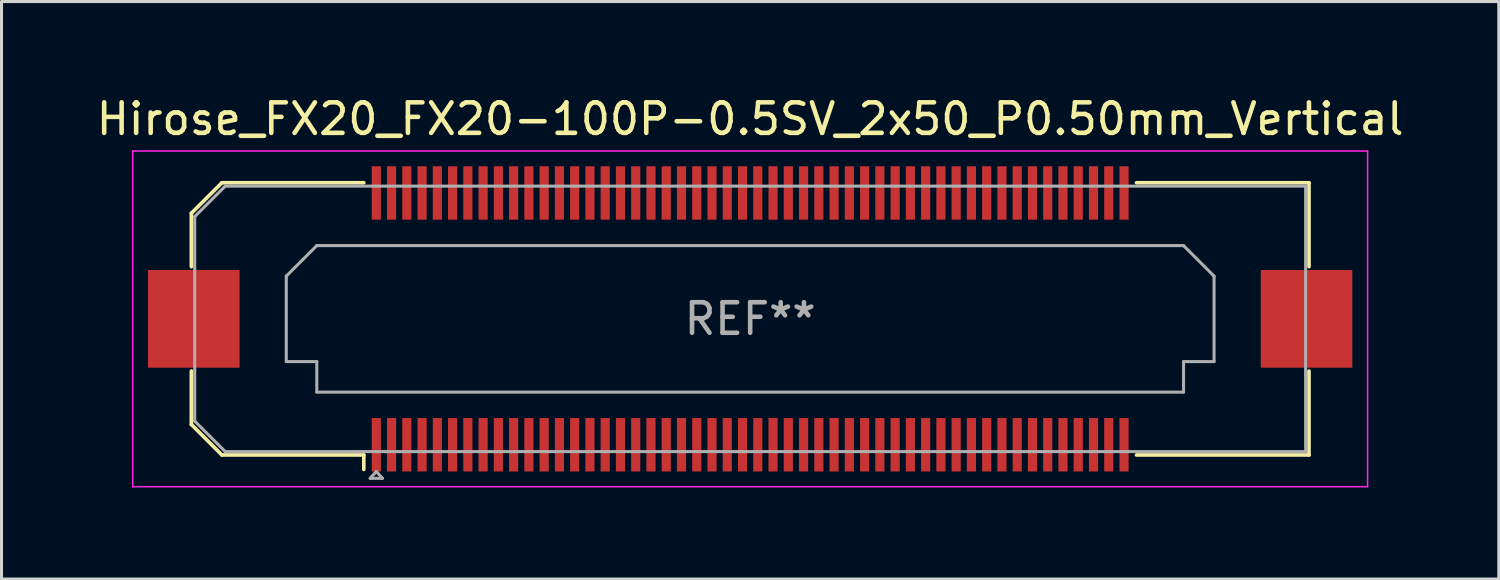
<source format=kicad_pcb>
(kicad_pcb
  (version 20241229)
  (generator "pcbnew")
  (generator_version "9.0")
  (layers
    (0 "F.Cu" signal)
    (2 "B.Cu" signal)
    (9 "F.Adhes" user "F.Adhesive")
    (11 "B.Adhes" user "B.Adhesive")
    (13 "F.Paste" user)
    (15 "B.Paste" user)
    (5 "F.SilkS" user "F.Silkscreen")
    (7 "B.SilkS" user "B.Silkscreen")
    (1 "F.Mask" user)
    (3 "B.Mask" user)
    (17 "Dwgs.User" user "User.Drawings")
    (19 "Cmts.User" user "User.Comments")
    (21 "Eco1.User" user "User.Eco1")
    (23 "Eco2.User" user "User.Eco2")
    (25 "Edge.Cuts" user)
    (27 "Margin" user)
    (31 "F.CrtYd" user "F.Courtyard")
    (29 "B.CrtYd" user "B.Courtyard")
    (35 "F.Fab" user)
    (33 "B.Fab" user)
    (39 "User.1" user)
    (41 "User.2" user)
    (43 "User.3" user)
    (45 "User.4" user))
  (footprint "Hirose_FX20_FX20-100P-0.5SV_2x50_P0.50mm_Vertical"
    (layer "F.Cu")
    (at 21.53 7.398)
    (property "Reference" "Hirose_FX20_FX20-100P-0.5SV_2x50_P0.50mm_Vertical" (at 0 -6.55 0) (layer "F.SilkS") (effects (font (size 1 1) (thickness 0.15))))
    (attr smd)
    (fp_line (start -18.31 -3.46) (end -17.31 -4.46) (stroke (width 0.12) (type solid)) (layer "F.SilkS"))
    (fp_line (start -18.31 -1.71) (end -18.31 -3.46) (stroke (width 0.12) (type solid)) (layer "F.SilkS"))
    (fp_line (start -18.31 3.46) (end -18.31 1.71) (stroke (width 0.12) (type solid)) (layer "F.SilkS"))
    (fp_line (start -17.31 -4.46) (end -12.66 -4.46) (stroke (width 0.12) (type solid)) (layer "F.SilkS"))
    (fp_line (start -17.31 4.46) (end -18.31 3.46) (stroke (width 0.12) (type solid)) (layer "F.SilkS"))
    (fp_line (start -12.66 4.46) (end -17.31 4.46) (stroke (width 0.12) (type solid)) (layer "F.SilkS"))
    (fp_line (start -12.66 4.933) (end -12.66 4.46) (stroke (width 0.12) (type solid)) (layer "F.SilkS"))
    (fp_line (start 12.66 4.46) (end 18.31 4.46) (stroke (width 0.12) (type solid)) (layer "F.SilkS"))
    (fp_line (start 18.31 -4.46) (end 12.66 -4.46) (stroke (width 0.12) (type solid)) (layer "F.SilkS"))
    (fp_line (start 18.31 -1.71) (end 18.31 -4.46) (stroke (width 0.12) (type solid)) (layer "F.SilkS"))
    (fp_line (start 18.31 4.46) (end 18.31 1.71) (stroke (width 0.12) (type solid)) (layer "F.SilkS"))
    (fp_line (start -20.23 -5.5) (end -20.23 5.5) (stroke (width 0.05) (type solid)) (layer "F.CrtYd"))
    (fp_line (start -20.23 5.5) (end 20.23 5.5) (stroke (width 0.05) (type solid)) (layer "F.CrtYd"))
    (fp_line (start 20.23 -5.5) (end -20.23 -5.5) (stroke (width 0.05) (type solid)) (layer "F.CrtYd"))
    (fp_line (start 20.23 5.5) (end 20.23 -5.5) (stroke (width 0.05) (type solid)) (layer "F.CrtYd"))
    (fp_line (start -18.2 -3.35) (end -17.2 -4.35) (stroke (width 0.1) (type solid)) (layer "F.Fab"))
    (fp_line (start -18.2 3.35) (end -18.2 -3.35) (stroke (width 0.1) (type solid)) (layer "F.Fab"))
    (fp_line (start -17.2 -4.35) (end 18.2 -4.35) (stroke (width 0.1) (type solid)) (layer "F.Fab"))
    (fp_line (start -17.2 4.35) (end -18.2 3.35) (stroke (width 0.1) (type solid)) (layer "F.Fab"))
    (fp_line (start -15.2 -1.4) (end -14.2 -2.4) (stroke (width 0.1) (type solid)) (layer "F.Fab"))
    (fp_line (start -15.2 1.4) (end -15.2 -1.4) (stroke (width 0.1) (type solid)) (layer "F.Fab"))
    (fp_line (start -14.2 -2.4) (end 14.2 -2.4) (stroke (width 0.1) (type solid)) (layer "F.Fab"))
    (fp_line (start -14.2 1.4) (end -15.2 1.4) (stroke (width 0.1) (type solid)) (layer "F.Fab"))
    (fp_line (start -14.2 2.4) (end -14.2 1.4) (stroke (width 0.1) (type solid)) (layer "F.Fab"))
    (fp_line (start -12.45 5.225) (end -12.25 5) (stroke (width 0.1) (type solid)) (layer "F.Fab"))
    (fp_line (start -12.25 5) (end -12.05 5.225) (stroke (width 0.1) (type solid)) (layer "F.Fab"))
    (fp_line (start -12.05 5.225) (end -12.45 5.225) (stroke (width 0.1) (type solid)) (layer "F.Fab"))
    (fp_line (start 14.2 -2.4) (end 15.2 -1.4) (stroke (width 0.1) (type solid)) (layer "F.Fab"))
    (fp_line (start 14.2 1.4) (end 14.2 2.4) (stroke (width 0.1) (type solid)) (layer "F.Fab"))
    (fp_line (start 14.2 2.4) (end -14.2 2.4) (stroke (width 0.1) (type solid)) (layer "F.Fab"))
    (fp_line (start 15.2 -1.4) (end 15.2 1.4) (stroke (width 0.1) (type solid)) (layer "F.Fab"))
    (fp_line (start 15.2 1.4) (end 14.2 1.4) (stroke (width 0.1) (type solid)) (layer "F.Fab"))
    (fp_line (start 18.2 -4.35) (end 18.2 4.35) (stroke (width 0.1) (type solid)) (layer "F.Fab"))
    (fp_line (start 18.2 4.35) (end -17.2 4.35) (stroke (width 0.1) (type solid)) (layer "F.Fab"))
    (fp_text user "REF**" (at 0 0 0) (layer "F.Fab") (effects (font (size 1 1) (thickness 0.15))))
    (pad "" smd rect (at -18.23 0) (size 2.98 3.18) (layers "F.Paste"))
    (pad "" smd rect (at -18.23 0) (size 3 3.2) (layers "F.Cu" "F.Mask"))
    (pad "" smd rect (at -12.25 -4.325) (size 0.28 1.35) (layers "F.Paste"))
    (pad "" smd rect (at -12.25 4.325) (size 0.28 1.35) (layers "F.Paste"))
    (pad "" smd rect (at -11.75 -4.325) (size 0.28 1.35) (layers "F.Paste"))
    (pad "" smd rect (at -11.75 4.325) (size 0.28 1.35) (layers "F.Paste"))
    (pad "" smd rect (at -11.25 -4.325) (size 0.28 1.35) (layers "F.Paste"))
    (pad "" smd rect (at -11.25 4.325) (size 0.28 1.35) (layers "F.Paste"))
    (pad "" smd rect (at -10.75 -4.325) (size 0.28 1.35) (layers "F.Paste"))
    (pad "" smd rect (at -10.75 4.325) (size 0.28 1.35) (layers "F.Paste"))
    (pad "" smd rect (at -10.25 -4.325) (size 0.28 1.35) (layers "F.Paste"))
    (pad "" smd rect (at -10.25 4.325) (size 0.28 1.35) (layers "F.Paste"))
    (pad "" smd rect (at -9.75 -4.325) (size 0.28 1.35) (layers "F.Paste"))
    (pad "" smd rect (at -9.75 4.325) (size 0.28 1.35) (layers "F.Paste"))
    (pad "" smd rect (at -9.25 -4.325) (size 0.28 1.35) (layers "F.Paste"))
    (pad "" smd rect (at -9.25 4.325) (size 0.28 1.35) (layers "F.Paste"))
    (pad "" smd rect (at -8.75 -4.325) (size 0.28 1.35) (layers "F.Paste"))
    (pad "" smd rect (at -8.75 4.325) (size 0.28 1.35) (layers "F.Paste"))
    (pad "" smd rect (at -8.25 -4.325) (size 0.28 1.35) (layers "F.Paste"))
    (pad "" smd rect (at -8.25 4.325) (size 0.28 1.35) (layers "F.Paste"))
    (pad "" smd rect (at -7.75 -4.325) (size 0.28 1.35) (layers "F.Paste"))
    (pad "" smd rect (at -7.75 4.325) (size 0.28 1.35) (layers "F.Paste"))
    (pad "" smd rect (at -7.25 -4.325) (size 0.28 1.35) (layers "F.Paste"))
    (pad "" smd rect (at -7.25 4.325) (size 0.28 1.35) (layers "F.Paste"))
    (pad "" smd rect (at -6.75 -4.325) (size 0.28 1.35) (layers "F.Paste"))
    (pad "" smd rect (at -6.75 4.325) (size 0.28 1.35) (layers "F.Paste"))
    (pad "" smd rect (at -6.25 -4.325) (size 0.28 1.35) (layers "F.Paste"))
    (pad "" smd rect (at -6.25 4.325) (size 0.28 1.35) (layers "F.Paste"))
    (pad "" smd rect (at -5.75 -4.325) (size 0.28 1.35) (layers "F.Paste"))
    (pad "" smd rect (at -5.75 4.325) (size 0.28 1.35) (layers "F.Paste"))
    (pad "" smd rect (at -5.25 -4.325) (size 0.28 1.35) (layers "F.Paste"))
    (pad "" smd rect (at -5.25 4.325) (size 0.28 1.35) (layers "F.Paste"))
    (pad "" smd rect (at -4.75 -4.325) (size 0.28 1.35) (layers "F.Paste"))
    (pad "" smd rect (at -4.75 4.325) (size 0.28 1.35) (layers "F.Paste"))
    (pad "" smd rect (at -4.25 -4.325) (size 0.28 1.35) (layers "F.Paste"))
    (pad "" smd rect (at -4.25 4.325) (size 0.28 1.35) (layers "F.Paste"))
    (pad "" smd rect (at -3.75 -4.325) (size 0.28 1.35) (layers "F.Paste"))
    (pad "" smd rect (at -3.75 4.325) (size 0.28 1.35) (layers "F.Paste"))
    (pad "" smd rect (at -3.25 -4.325) (size 0.28 1.35) (layers "F.Paste"))
    (pad "" smd rect (at -3.25 4.325) (size 0.28 1.35) (layers "F.Paste"))
    (pad "" smd rect (at -2.75 -4.325) (size 0.28 1.35) (layers "F.Paste"))
    (pad "" smd rect (at -2.75 4.325) (size 0.28 1.35) (layers "F.Paste"))
    (pad "" smd rect (at -2.25 -4.325) (size 0.28 1.35) (layers "F.Paste"))
    (pad "" smd rect (at -2.25 4.325) (size 0.28 1.35) (layers "F.Paste"))
    (pad "" smd rect (at -1.75 -4.325) (size 0.28 1.35) (layers "F.Paste"))
    (pad "" smd rect (at -1.75 4.325) (size 0.28 1.35) (layers "F.Paste"))
    (pad "" smd rect (at -1.25 -4.325) (size 0.28 1.35) (layers "F.Paste"))
    (pad "" smd rect (at -1.25 4.325) (size 0.28 1.35) (layers "F.Paste"))
    (pad "" smd rect (at -0.75 -4.325) (size 0.28 1.35) (layers "F.Paste"))
    (pad "" smd rect (at -0.75 4.325) (size 0.28 1.35) (layers "F.Paste"))
    (pad "" smd rect (at -0.25 -4.325) (size 0.28 1.35) (layers "F.Paste"))
    (pad "" smd rect (at -0.25 4.325) (size 0.28 1.35) (layers "F.Paste"))
    (pad "" smd rect (at 0.25 -4.325) (size 0.28 1.35) (layers "F.Paste"))
    (pad "" smd rect (at 0.25 4.325) (size 0.28 1.35) (layers "F.Paste"))
    (pad "" smd rect (at 0.75 -4.325) (size 0.28 1.35) (layers "F.Paste"))
    (pad "" smd rect (at 0.75 4.325) (size 0.28 1.35) (layers "F.Paste"))
    (pad "" smd rect (at 1.25 -4.325) (size 0.28 1.35) (layers "F.Paste"))
    (pad "" smd rect (at 1.25 4.325) (size 0.28 1.35) (layers "F.Paste"))
    (pad "" smd rect (at 1.75 -4.325) (size 0.28 1.35) (layers "F.Paste"))
    (pad "" smd rect (at 1.75 4.325) (size 0.28 1.35) (layers "F.Paste"))
    (pad "" smd rect (at 2.25 -4.325) (size 0.28 1.35) (layers "F.Paste"))
    (pad "" smd rect (at 2.25 4.325) (size 0.28 1.35) (layers "F.Paste"))
    (pad "" smd rect (at 2.75 -4.325) (size 0.28 1.35) (layers "F.Paste"))
    (pad "" smd rect (at 2.75 4.325) (size 0.28 1.35) (layers "F.Paste"))
    (pad "" smd rect (at 3.25 -4.325) (size 0.28 1.35) (layers "F.Paste"))
    (pad "" smd rect (at 3.25 4.325) (size 0.28 1.35) (layers "F.Paste"))
    (pad "" smd rect (at 3.75 -4.325) (size 0.28 1.35) (layers "F.Paste"))
    (pad "" smd rect (at 3.75 4.325) (size 0.28 1.35) (layers "F.Paste"))
    (pad "" smd rect (at 4.25 -4.325) (size 0.28 1.35) (layers "F.Paste"))
    (pad "" smd rect (at 4.25 4.325) (size 0.28 1.35) (layers "F.Paste"))
    (pad "" smd rect (at 4.75 -4.325) (size 0.28 1.35) (layers "F.Paste"))
    (pad "" smd rect (at 4.75 4.325) (size 0.28 1.35) (layers "F.Paste"))
    (pad "" smd rect (at 5.25 -4.325) (size 0.28 1.35) (layers "F.Paste"))
    (pad "" smd rect (at 5.25 4.325) (size 0.28 1.35) (layers "F.Paste"))
    (pad "" smd rect (at 5.75 -4.325) (size 0.28 1.35) (layers "F.Paste"))
    (pad "" smd rect (at 5.75 4.325) (size 0.28 1.35) (layers "F.Paste"))
    (pad "" smd rect (at 6.25 -4.325) (size 0.28 1.35) (layers "F.Paste"))
    (pad "" smd rect (at 6.25 4.325) (size 0.28 1.35) (layers "F.Paste"))
    (pad "" smd rect (at 6.75 -4.325) (size 0.28 1.35) (layers "F.Paste"))
    (pad "" smd rect (at 6.75 4.325) (size 0.28 1.35) (layers "F.Paste"))
    (pad "" smd rect (at 7.25 -4.325) (size 0.28 1.35) (layers "F.Paste"))
    (pad "" smd rect (at 7.25 4.325) (size 0.28 1.35) (layers "F.Paste"))
    (pad "" smd rect (at 7.75 -4.325) (size 0.28 1.35) (layers "F.Paste"))
    (pad "" smd rect (at 7.75 4.325) (size 0.28 1.35) (layers "F.Paste"))
    (pad "" smd rect (at 8.25 -4.325) (size 0.28 1.35) (layers "F.Paste"))
    (pad "" smd rect (at 8.25 4.325) (size 0.28 1.35) (layers "F.Paste"))
    (pad "" smd rect (at 8.75 -4.325) (size 0.28 1.35) (layers "F.Paste"))
    (pad "" smd rect (at 8.75 4.325) (size 0.28 1.35) (layers "F.Paste"))
    (pad "" smd rect (at 9.25 -4.325) (size 0.28 1.35) (layers "F.Paste"))
    (pad "" smd rect (at 9.25 4.325) (size 0.28 1.35) (layers "F.Paste"))
    (pad "" smd rect (at 9.75 -4.325) (size 0.28 1.35) (layers "F.Paste"))
    (pad "" smd rect (at 9.75 4.325) (size 0.28 1.35) (layers "F.Paste"))
    (pad "" smd rect (at 10.25 -4.325) (size 0.28 1.35) (layers "F.Paste"))
    (pad "" smd rect (at 10.25 4.325) (size 0.28 1.35) (layers "F.Paste"))
    (pad "" smd rect (at 10.75 -4.325) (size 0.28 1.35) (layers "F.Paste"))
    (pad "" smd rect (at 10.75 4.325) (size 0.28 1.35) (layers "F.Paste"))
    (pad "" smd rect (at 11.25 -4.325) (size 0.28 1.35) (layers "F.Paste"))
    (pad "" smd rect (at 11.25 4.325) (size 0.28 1.35) (layers "F.Paste"))
    (pad "" smd rect (at 11.75 -4.325) (size 0.28 1.35) (layers "F.Paste"))
    (pad "" smd rect (at 11.75 4.325) (size 0.28 1.35) (layers "F.Paste"))
    (pad "" smd rect (at 12.25 -4.325) (size 0.28 1.35) (layers "F.Paste"))
    (pad "" smd rect (at 12.25 4.325) (size 0.28 1.35) (layers "F.Paste"))
    (pad "" smd rect (at 18.23 0) (size 2.98 3.18) (layers "F.Paste"))
    (pad "" smd rect (at 18.23 0) (size 3 3.2) (layers "F.Cu" "F.Mask"))
    (pad "1" smd rect (at -12.25 4.125) (size 0.3 1.75) (layers "F.Cu" "F.Mask"))
    (pad "2" smd rect (at -12.25 -4.125) (size 0.3 1.75) (layers "F.Cu" "F.Mask"))
    (pad "3" smd rect (at -11.75 4.125) (size 0.3 1.75) (layers "F.Cu" "F.Mask"))
    (pad "4" smd rect (at -11.75 -4.125) (size 0.3 1.75) (layers "F.Cu" "F.Mask"))
    (pad "5" smd rect (at -11.25 4.125) (size 0.3 1.75) (layers "F.Cu" "F.Mask"))
    (pad "6" smd rect (at -11.25 -4.125) (size 0.3 1.75) (layers "F.Cu" "F.Mask"))
    (pad "7" smd rect (at -10.75 4.125) (size 0.3 1.75) (layers "F.Cu" "F.Mask"))
    (pad "8" smd rect (at -10.75 -4.125) (size 0.3 1.75) (layers "F.Cu" "F.Mask"))
    (pad "9" smd rect (at -10.25 4.125) (size 0.3 1.75) (layers "F.Cu" "F.Mask"))
    (pad "10" smd rect (at -10.25 -4.125) (size 0.3 1.75) (layers "F.Cu" "F.Mask"))
    (pad "11" smd rect (at -9.75 4.125) (size 0.3 1.75) (layers "F.Cu" "F.Mask"))
    (pad "12" smd rect (at -9.75 -4.125) (size 0.3 1.75) (layers "F.Cu" "F.Mask"))
    (pad "13" smd rect (at -9.25 4.125) (size 0.3 1.75) (layers "F.Cu" "F.Mask"))
    (pad "14" smd rect (at -9.25 -4.125) (size 0.3 1.75) (layers "F.Cu" "F.Mask"))
    (pad "15" smd rect (at -8.75 4.125) (size 0.3 1.75) (layers "F.Cu" "F.Mask"))
    (pad "16" smd rect (at -8.75 -4.125) (size 0.3 1.75) (layers "F.Cu" "F.Mask"))
    (pad "17" smd rect (at -8.25 4.125) (size 0.3 1.75) (layers "F.Cu" "F.Mask"))
    (pad "18" smd rect (at -8.25 -4.125) (size 0.3 1.75) (layers "F.Cu" "F.Mask"))
    (pad "19" smd rect (at -7.75 4.125) (size 0.3 1.75) (layers "F.Cu" "F.Mask"))
    (pad "20" smd rect (at -7.75 -4.125) (size 0.3 1.75) (layers "F.Cu" "F.Mask"))
    (pad "21" smd rect (at -7.25 4.125) (size 0.3 1.75) (layers "F.Cu" "F.Mask"))
    (pad "22" smd rect (at -7.25 -4.125) (size 0.3 1.75) (layers "F.Cu" "F.Mask"))
    (pad "23" smd rect (at -6.75 4.125) (size 0.3 1.75) (layers "F.Cu" "F.Mask"))
    (pad "24" smd rect (at -6.75 -4.125) (size 0.3 1.75) (layers "F.Cu" "F.Mask"))
    (pad "25" smd rect (at -6.25 4.125) (size 0.3 1.75) (layers "F.Cu" "F.Mask"))
    (pad "26" smd rect (at -6.25 -4.125) (size 0.3 1.75) (layers "F.Cu" "F.Mask"))
    (pad "27" smd rect (at -5.75 4.125) (size 0.3 1.75) (layers "F.Cu" "F.Mask"))
    (pad "28" smd rect (at -5.75 -4.125) (size 0.3 1.75) (layers "F.Cu" "F.Mask"))
    (pad "29" smd rect (at -5.25 4.125) (size 0.3 1.75) (layers "F.Cu" "F.Mask"))
    (pad "30" smd rect (at -5.25 -4.125) (size 0.3 1.75) (layers "F.Cu" "F.Mask"))
    (pad "31" smd rect (at -4.75 4.125) (size 0.3 1.75) (layers "F.Cu" "F.Mask"))
    (pad "32" smd rect (at -4.75 -4.125) (size 0.3 1.75) (layers "F.Cu" "F.Mask"))
    (pad "33" smd rect (at -4.25 4.125) (size 0.3 1.75) (layers "F.Cu" "F.Mask"))
    (pad "34" smd rect (at -4.25 -4.125) (size 0.3 1.75) (layers "F.Cu" "F.Mask"))
    (pad "35" smd rect (at -3.75 4.125) (size 0.3 1.75) (layers "F.Cu" "F.Mask"))
    (pad "36" smd rect (at -3.75 -4.125) (size 0.3 1.75) (layers "F.Cu" "F.Mask"))
    (pad "37" smd rect (at -3.25 4.125) (size 0.3 1.75) (layers "F.Cu" "F.Mask"))
    (pad "38" smd rect (at -3.25 -4.125) (size 0.3 1.75) (layers "F.Cu" "F.Mask"))
    (pad "39" smd rect (at -2.75 4.125) (size 0.3 1.75) (layers "F.Cu" "F.Mask"))
    (pad "40" smd rect (at -2.75 -4.125) (size 0.3 1.75) (layers "F.Cu" "F.Mask"))
    (pad "41" smd rect (at -2.25 4.125) (size 0.3 1.75) (layers "F.Cu" "F.Mask"))
    (pad "42" smd rect (at -2.25 -4.125) (size 0.3 1.75) (layers "F.Cu" "F.Mask"))
    (pad "43" smd rect (at -1.75 4.125) (size 0.3 1.75) (layers "F.Cu" "F.Mask"))
    (pad "44" smd rect (at -1.75 -4.125) (size 0.3 1.75) (layers "F.Cu" "F.Mask"))
    (pad "45" smd rect (at -1.25 4.125) (size 0.3 1.75) (layers "F.Cu" "F.Mask"))
    (pad "46" smd rect (at -1.25 -4.125) (size 0.3 1.75) (layers "F.Cu" "F.Mask"))
    (pad "47" smd rect (at -0.75 4.125) (size 0.3 1.75) (layers "F.Cu" "F.Mask"))
    (pad "48" smd rect (at -0.75 -4.125) (size 0.3 1.75) (layers "F.Cu" "F.Mask"))
    (pad "49" smd rect (at -0.25 4.125) (size 0.3 1.75) (layers "F.Cu" "F.Mask"))
    (pad "50" smd rect (at -0.25 -4.125) (size 0.3 1.75) (layers "F.Cu" "F.Mask"))
    (pad "51" smd rect (at 0.25 4.125) (size 0.3 1.75) (layers "F.Cu" "F.Mask"))
    (pad "52" smd rect (at 0.25 -4.125) (size 0.3 1.75) (layers "F.Cu" "F.Mask"))
    (pad "53" smd rect (at 0.75 4.125) (size 0.3 1.75) (layers "F.Cu" "F.Mask"))
    (pad "54" smd rect (at 0.75 -4.125) (size 0.3 1.75) (layers "F.Cu" "F.Mask"))
    (pad "55" smd rect (at 1.25 4.125) (size 0.3 1.75) (layers "F.Cu" "F.Mask"))
    (pad "56" smd rect (at 1.25 -4.125) (size 0.3 1.75) (layers "F.Cu" "F.Mask"))
    (pad "57" smd rect (at 1.75 4.125) (size 0.3 1.75) (layers "F.Cu" "F.Mask"))
    (pad "58" smd rect (at 1.75 -4.125) (size 0.3 1.75) (layers "F.Cu" "F.Mask"))
    (pad "59" smd rect (at 2.25 4.125) (size 0.3 1.75) (layers "F.Cu" "F.Mask"))
    (pad "60" smd rect (at 2.25 -4.125) (size 0.3 1.75) (layers "F.Cu" "F.Mask"))
    (pad "61" smd rect (at 2.75 4.125) (size 0.3 1.75) (layers "F.Cu" "F.Mask"))
    (pad "62" smd rect (at 2.75 -4.125) (size 0.3 1.75) (layers "F.Cu" "F.Mask"))
    (pad "63" smd rect (at 3.25 4.125) (size 0.3 1.75) (layers "F.Cu" "F.Mask"))
    (pad "64" smd rect (at 3.25 -4.125) (size 0.3 1.75) (layers "F.Cu" "F.Mask"))
    (pad "65" smd rect (at 3.75 4.125) (size 0.3 1.75) (layers "F.Cu" "F.Mask"))
    (pad "66" smd rect (at 3.75 -4.125) (size 0.3 1.75) (layers "F.Cu" "F.Mask"))
    (pad "67" smd rect (at 4.25 4.125) (size 0.3 1.75) (layers "F.Cu" "F.Mask"))
    (pad "68" smd rect (at 4.25 -4.125) (size 0.3 1.75) (layers "F.Cu" "F.Mask"))
    (pad "69" smd rect (at 4.75 4.125) (size 0.3 1.75) (layers "F.Cu" "F.Mask"))
    (pad "70" smd rect (at 4.75 -4.125) (size 0.3 1.75) (layers "F.Cu" "F.Mask"))
    (pad "71" smd rect (at 5.25 4.125) (size 0.3 1.75) (layers "F.Cu" "F.Mask"))
    (pad "72" smd rect (at 5.25 -4.125) (size 0.3 1.75) (layers "F.Cu" "F.Mask"))
    (pad "73" smd rect (at 5.75 4.125) (size 0.3 1.75) (layers "F.Cu" "F.Mask"))
    (pad "74" smd rect (at 5.75 -4.125) (size 0.3 1.75) (layers "F.Cu" "F.Mask"))
    (pad "75" smd rect (at 6.25 4.125) (size 0.3 1.75) (layers "F.Cu" "F.Mask"))
    (pad "76" smd rect (at 6.25 -4.125) (size 0.3 1.75) (layers "F.Cu" "F.Mask"))
    (pad "77" smd rect (at 6.75 4.125) (size 0.3 1.75) (layers "F.Cu" "F.Mask"))
    (pad "78" smd rect (at 6.75 -4.125) (size 0.3 1.75) (layers "F.Cu" "F.Mask"))
    (pad "79" smd rect (at 7.25 4.125) (size 0.3 1.75) (layers "F.Cu" "F.Mask"))
    (pad "80" smd rect (at 7.25 -4.125) (size 0.3 1.75) (layers "F.Cu" "F.Mask"))
    (pad "81" smd rect (at 7.75 4.125) (size 0.3 1.75) (layers "F.Cu" "F.Mask"))
    (pad "82" smd rect (at 7.75 -4.125) (size 0.3 1.75) (layers "F.Cu" "F.Mask"))
    (pad "83" smd rect (at 8.25 4.125) (size 0.3 1.75) (layers "F.Cu" "F.Mask"))
    (pad "84" smd rect (at 8.25 -4.125) (size 0.3 1.75) (layers "F.Cu" "F.Mask"))
    (pad "85" smd rect (at 8.75 4.125) (size 0.3 1.75) (layers "F.Cu" "F.Mask"))
    (pad "86" smd rect (at 8.75 -4.125) (size 0.3 1.75) (layers "F.Cu" "F.Mask"))
    (pad "87" smd rect (at 9.25 4.125) (size 0.3 1.75) (layers "F.Cu" "F.Mask"))
    (pad "88" smd rect (at 9.25 -4.125) (size 0.3 1.75) (layers "F.Cu" "F.Mask"))
    (pad "89" smd rect (at 9.75 4.125) (size 0.3 1.75) (layers "F.Cu" "F.Mask"))
    (pad "90" smd rect (at 9.75 -4.125) (size 0.3 1.75) (layers "F.Cu" "F.Mask"))
    (pad "91" smd rect (at 10.25 4.125) (size 0.3 1.75) (layers "F.Cu" "F.Mask"))
    (pad "92" smd rect (at 10.25 -4.125) (size 0.3 1.75) (layers "F.Cu" "F.Mask"))
    (pad "93" smd rect (at 10.75 4.125) (size 0.3 1.75) (layers "F.Cu" "F.Mask"))
    (pad "94" smd rect (at 10.75 -4.125) (size 0.3 1.75) (layers "F.Cu" "F.Mask"))
    (pad "95" smd rect (at 11.25 4.125) (size 0.3 1.75) (layers "F.Cu" "F.Mask"))
    (pad "96" smd rect (at 11.25 -4.125) (size 0.3 1.75) (layers "F.Cu" "F.Mask"))
    (pad "97" smd rect (at 11.75 4.125) (size 0.3 1.75) (layers "F.Cu" "F.Mask"))
    (pad "98" smd rect (at 11.75 -4.125) (size 0.3 1.75) (layers "F.Cu" "F.Mask"))
    (pad "99" smd rect (at 12.25 4.125) (size 0.3 1.75) (layers "F.Cu" "F.Mask"))
    (pad "100" smd rect (at 12.25 -4.125) (size 0.3 1.75) (layers "F.Cu" "F.Mask")))
  (gr_rect
    (start -3 -3)
    (end 46.06 15.923)
    (stroke (width 0.1) (type default))
    (fill no)
    (layer "Edge.Cuts")))
</source>
